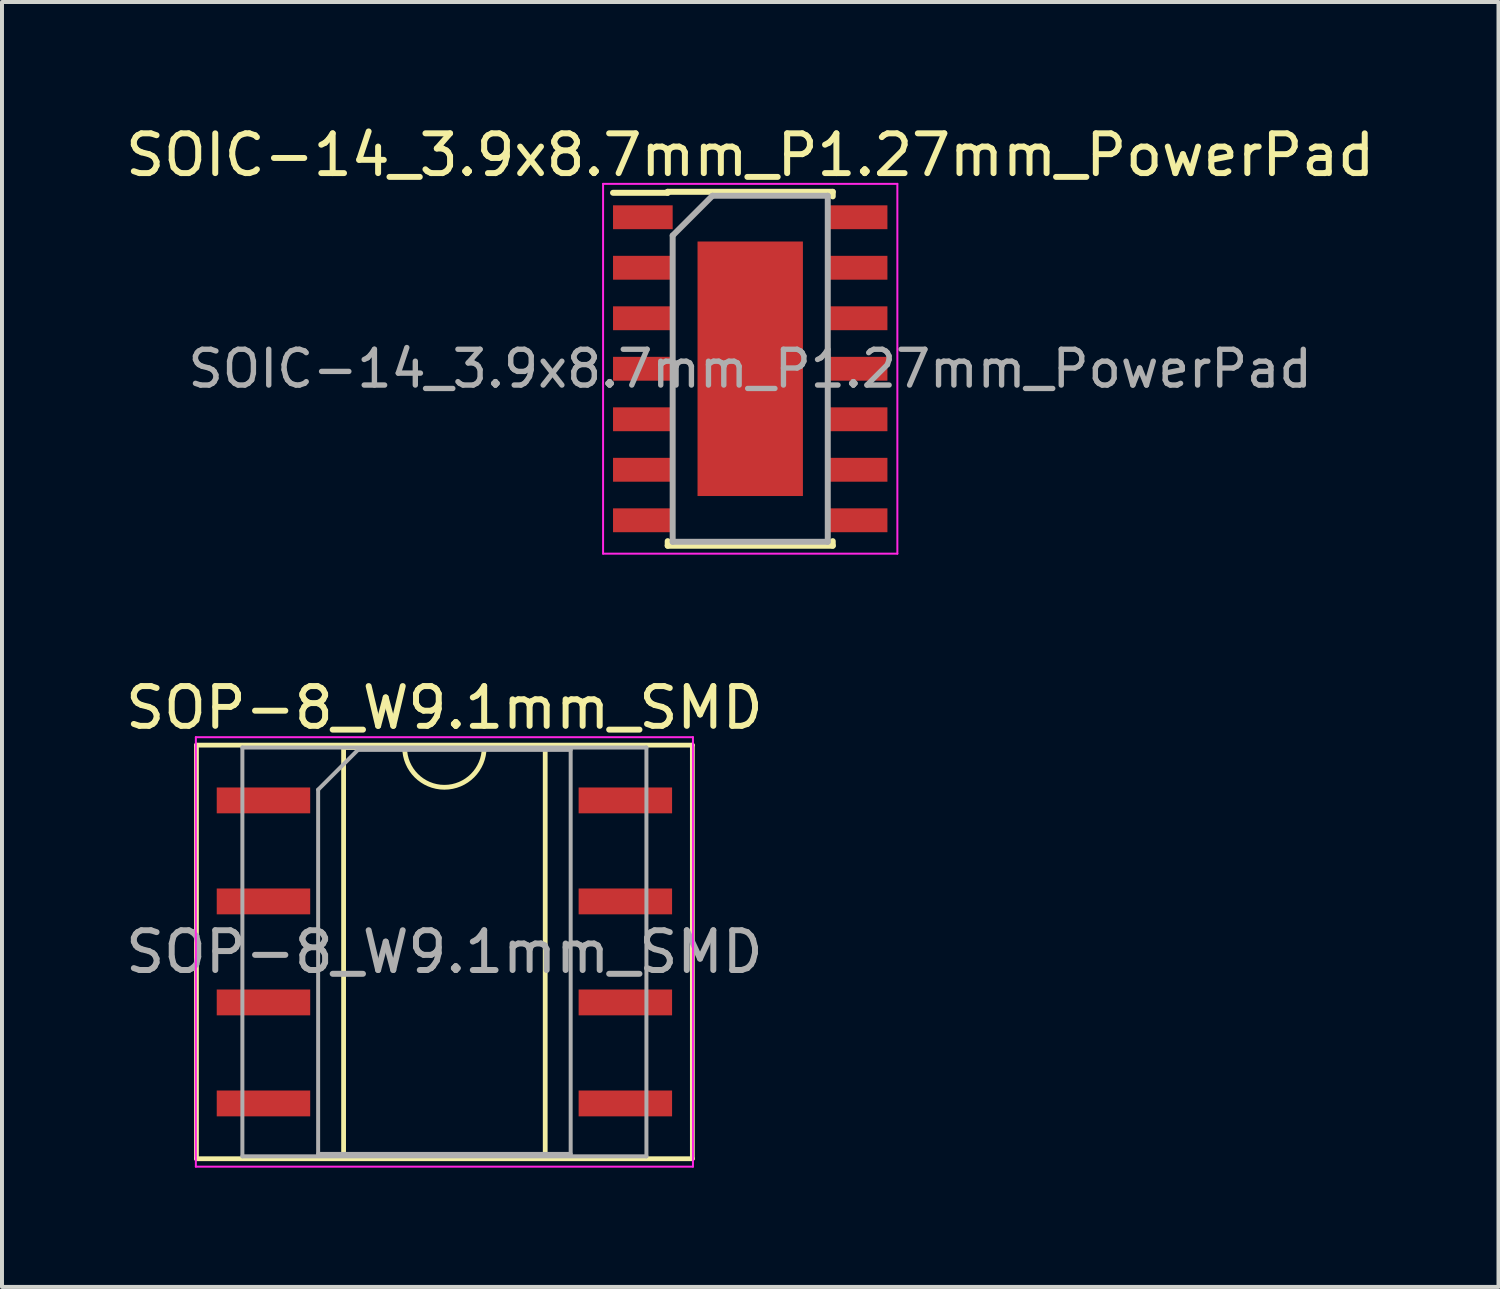
<source format=kicad_pcb>
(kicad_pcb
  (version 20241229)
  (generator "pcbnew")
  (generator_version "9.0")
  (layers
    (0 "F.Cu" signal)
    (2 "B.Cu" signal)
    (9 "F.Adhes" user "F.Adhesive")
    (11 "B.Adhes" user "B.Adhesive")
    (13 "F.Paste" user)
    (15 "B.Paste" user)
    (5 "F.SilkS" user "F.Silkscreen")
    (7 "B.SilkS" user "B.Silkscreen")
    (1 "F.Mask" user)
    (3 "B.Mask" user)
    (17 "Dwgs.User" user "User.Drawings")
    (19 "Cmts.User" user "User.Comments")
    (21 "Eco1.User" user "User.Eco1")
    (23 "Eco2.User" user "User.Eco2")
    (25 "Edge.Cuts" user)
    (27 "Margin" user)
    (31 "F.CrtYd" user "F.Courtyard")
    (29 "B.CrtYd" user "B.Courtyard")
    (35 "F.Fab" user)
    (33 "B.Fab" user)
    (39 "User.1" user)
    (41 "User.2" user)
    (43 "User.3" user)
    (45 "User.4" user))
  (footprint "SOIC-14_3.9x8.7mm_P1.27mm_PowerPad"
    (layer "F.Cu")
    (at 15.815 6.223)
    (property "Reference" "SOIC-14_3.9x8.7mm_P1.27mm_PowerPad" (at 0 -5.375 0) (layer "F.SilkS") (effects (font (size 1 1) (thickness 0.15))))
    (attr smd)
    (fp_line (start -2.075 -4.45) (end -2.075 -4.425) (stroke (width 0.15) (type solid)) (layer "F.SilkS"))
    (fp_line (start -2.075 -4.45) (end 2.075 -4.45) (stroke (width 0.15) (type solid)) (layer "F.SilkS"))
    (fp_line (start -2.075 -4.425) (end -3.45 -4.425) (stroke (width 0.15) (type solid)) (layer "F.SilkS"))
    (fp_line (start -2.075 4.45) (end -2.075 4.335) (stroke (width 0.15) (type solid)) (layer "F.SilkS"))
    (fp_line (start -2.075 4.45) (end 2.075 4.45) (stroke (width 0.15) (type solid)) (layer "F.SilkS"))
    (fp_line (start 2.075 -4.45) (end 2.075 -4.335) (stroke (width 0.15) (type solid)) (layer "F.SilkS"))
    (fp_line (start 2.075 4.45) (end 2.075 4.335) (stroke (width 0.15) (type solid)) (layer "F.SilkS"))
    (fp_line (start -3.7 -4.65) (end -3.7 4.65) (stroke (width 0.05) (type solid)) (layer "F.CrtYd"))
    (fp_line (start -3.7 -4.65) (end 3.7 -4.65) (stroke (width 0.05) (type solid)) (layer "F.CrtYd"))
    (fp_line (start -3.7 4.65) (end 3.7 4.65) (stroke (width 0.05) (type solid)) (layer "F.CrtYd"))
    (fp_line (start 3.7 -4.65) (end 3.7 4.65) (stroke (width 0.05) (type solid)) (layer "F.CrtYd"))
    (fp_line (start -1.95 -3.35) (end -0.95 -4.35) (stroke (width 0.15) (type solid)) (layer "F.Fab"))
    (fp_line (start -1.95 4.35) (end -1.95 -3.35) (stroke (width 0.15) (type solid)) (layer "F.Fab"))
    (fp_line (start -0.95 -4.35) (end 1.95 -4.35) (stroke (width 0.15) (type solid)) (layer "F.Fab"))
    (fp_line (start 1.95 -4.35) (end 1.95 4.35) (stroke (width 0.15) (type solid)) (layer "F.Fab"))
    (fp_line (start 1.95 4.35) (end -1.95 4.35) (stroke (width 0.15) (type solid)) (layer "F.Fab"))
    (fp_text user "${REFERENCE}" (at 0 0 0) (layer "F.Fab") (effects (font (size 0.9 0.9) (thickness 0.135))))
    (pad "1" smd rect (at -2.7 -3.81) (size 1.5 0.6) (layers "F.Cu" "F.Mask" "F.Paste"))
    (pad "2" smd rect (at -2.7 -2.54) (size 1.5 0.6) (layers "F.Cu" "F.Mask" "F.Paste"))
    (pad "3" smd rect (at -2.7 -1.27) (size 1.5 0.6) (layers "F.Cu" "F.Mask" "F.Paste"))
    (pad "4" smd rect (at -2.7 0) (size 1.5 0.6) (layers "F.Cu" "F.Mask" "F.Paste"))
    (pad "5" smd rect (at -2.7 1.27) (size 1.5 0.6) (layers "F.Cu" "F.Mask" "F.Paste"))
    (pad "6" smd rect (at -2.7 2.54) (size 1.5 0.6) (layers "F.Cu" "F.Mask" "F.Paste"))
    (pad "7" smd rect (at -2.7 3.81) (size 1.5 0.6) (layers "F.Cu" "F.Mask" "F.Paste"))
    (pad "8" smd rect (at 2.7 3.81) (size 1.5 0.6) (layers "F.Cu" "F.Mask" "F.Paste"))
    (pad "9" smd rect (at 2.7 2.54) (size 1.5 0.6) (layers "F.Cu" "F.Mask" "F.Paste"))
    (pad "10" smd rect (at 2.7 1.27) (size 1.5 0.6) (layers "F.Cu" "F.Mask" "F.Paste"))
    (pad "11" smd rect (at 2.7 0) (size 1.5 0.6) (layers "F.Cu" "F.Mask" "F.Paste"))
    (pad "12" smd rect (at 2.7 -1.27) (size 1.5 0.6) (layers "F.Cu" "F.Mask" "F.Paste"))
    (pad "13" smd rect (at 2.7 -2.54) (size 1.5 0.6) (layers "F.Cu" "F.Mask" "F.Paste"))
    (pad "14" smd rect (at 2.7 -3.81) (size 1.5 0.6) (layers "F.Cu" "F.Mask" "F.Paste"))
    (pad "15" smd rect (at 0 0) (size 2.65 6.4) (layers "F.Cu" "F.Mask" "F.Paste")))
  (footprint "SOP-8_W9.1mm_SMD"
    (layer "F.Cu")
    (at 8.125 20.887)
    (property "Reference" "SOP-8_W9.1mm_SMD" (at 0 -6.14 0) (layer "F.SilkS") (effects (font (size 1 1) (thickness 0.15))))
    (attr smd)
    (fp_line (start -6.235 -5.2) (end -6.235 5.2) (stroke (width 0.12) (type solid)) (layer "F.SilkS"))
    (fp_line (start -6.235 5.2) (end 6.235 5.2) (stroke (width 0.12) (type solid)) (layer "F.SilkS"))
    (fp_line (start -2.535 -5.14) (end -2.535 5.14) (stroke (width 0.12) (type solid)) (layer "F.SilkS"))
    (fp_line (start -2.535 5.14) (end 2.535 5.14) (stroke (width 0.12) (type solid)) (layer "F.SilkS"))
    (fp_line (start -1 -5.14) (end -2.535 -5.14) (stroke (width 0.12) (type solid)) (layer "F.SilkS"))
    (fp_line (start 2.535 -5.14) (end 1 -5.14) (stroke (width 0.12) (type solid)) (layer "F.SilkS"))
    (fp_line (start 2.535 5.14) (end 2.535 -5.14) (stroke (width 0.12) (type solid)) (layer "F.SilkS"))
    (fp_line (start 6.235 -5.2) (end -6.235 -5.2) (stroke (width 0.12) (type solid)) (layer "F.SilkS"))
    (fp_line (start 6.235 5.2) (end 6.235 -5.2) (stroke (width 0.12) (type solid)) (layer "F.SilkS"))
    (fp_arc (start 1 -5.14) (mid 0 -4.14) (end -1 -5.14) (stroke (width 0.12) (type solid)) (layer "F.SilkS"))
    (fp_line (start -6.25 -5.4) (end -6.25 5.4) (stroke (width 0.05) (type solid)) (layer "F.CrtYd"))
    (fp_line (start -6.25 5.4) (end 6.25 5.4) (stroke (width 0.05) (type solid)) (layer "F.CrtYd"))
    (fp_line (start 6.25 -5.4) (end -6.25 -5.4) (stroke (width 0.05) (type solid)) (layer "F.CrtYd"))
    (fp_line (start 6.25 5.4) (end 6.25 -5.4) (stroke (width 0.05) (type solid)) (layer "F.CrtYd"))
    (fp_line (start -5.08 -5.14) (end -5.08 5.14) (stroke (width 0.1) (type solid)) (layer "F.Fab"))
    (fp_line (start -5.08 5.14) (end 5.08 5.14) (stroke (width 0.1) (type solid)) (layer "F.Fab"))
    (fp_line (start -3.175 -4.08) (end -2.175 -5.08) (stroke (width 0.1) (type solid)) (layer "F.Fab"))
    (fp_line (start -3.175 5.08) (end -3.175 -4.08) (stroke (width 0.1) (type solid)) (layer "F.Fab"))
    (fp_line (start -2.175 -5.08) (end 3.175 -5.08) (stroke (width 0.1) (type solid)) (layer "F.Fab"))
    (fp_line (start 3.175 -5.08) (end 3.175 5.08) (stroke (width 0.1) (type solid)) (layer "F.Fab"))
    (fp_line (start 3.175 5.08) (end -3.175 5.08) (stroke (width 0.1) (type solid)) (layer "F.Fab"))
    (fp_line (start 5.08 -5.14) (end -5.08 -5.14) (stroke (width 0.1) (type solid)) (layer "F.Fab"))
    (fp_line (start 5.08 5.14) (end 5.08 -5.14) (stroke (width 0.1) (type solid)) (layer "F.Fab"))
    (fp_text user "${REFERENCE}" (at 0 0 0) (layer "F.Fab") (effects (font (size 1 1) (thickness 0.15))))
    (pad "1" smd rect (at -4.55 -3.81) (size 2.35 0.65) (layers "F.Cu" "F.Mask" "F.Paste"))
    (pad "2" smd rect (at -4.55 -1.27) (size 2.35 0.65) (layers "F.Cu" "F.Mask" "F.Paste"))
    (pad "3" smd rect (at -4.55 1.27) (size 2.35 0.65) (layers "F.Cu" "F.Mask" "F.Paste"))
    (pad "4" smd rect (at -4.55 3.81) (size 2.35 0.65) (layers "F.Cu" "F.Mask" "F.Paste"))
    (pad "5" smd rect (at 4.55 3.81) (size 2.35 0.65) (layers "F.Cu" "F.Mask" "F.Paste"))
    (pad "6" smd rect (at 4.55 1.27) (size 2.35 0.65) (layers "F.Cu" "F.Mask" "F.Paste"))
    (pad "7" smd rect (at 4.55 -1.27) (size 2.35 0.65) (layers "F.Cu" "F.Mask" "F.Paste"))
    (pad "8" smd rect (at 4.55 -3.81) (size 2.35 0.65) (layers "F.Cu" "F.Mask" "F.Paste")))
  (gr_rect
    (start -3 -3)
    (end 34.631 29.311)
    (stroke (width 0.1) (type default))
    (fill no)
    (layer "Edge.Cuts")))
</source>
